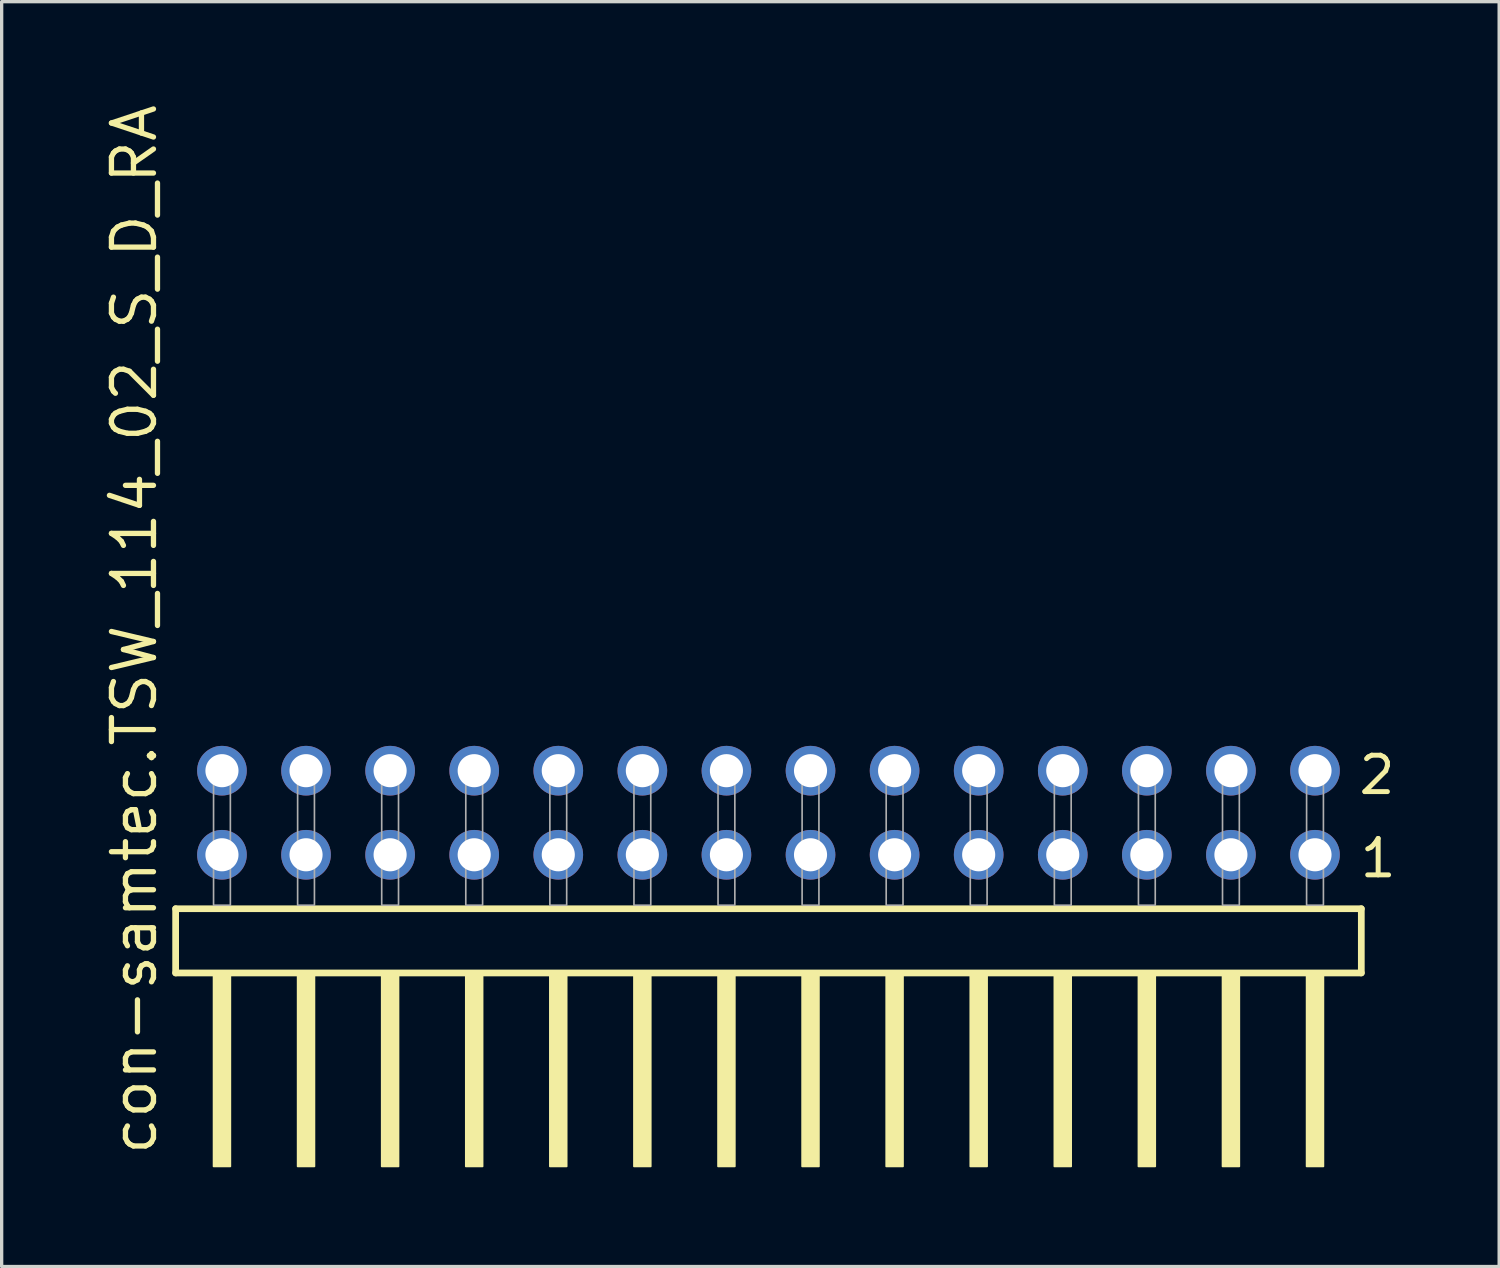
<source format=kicad_pcb>
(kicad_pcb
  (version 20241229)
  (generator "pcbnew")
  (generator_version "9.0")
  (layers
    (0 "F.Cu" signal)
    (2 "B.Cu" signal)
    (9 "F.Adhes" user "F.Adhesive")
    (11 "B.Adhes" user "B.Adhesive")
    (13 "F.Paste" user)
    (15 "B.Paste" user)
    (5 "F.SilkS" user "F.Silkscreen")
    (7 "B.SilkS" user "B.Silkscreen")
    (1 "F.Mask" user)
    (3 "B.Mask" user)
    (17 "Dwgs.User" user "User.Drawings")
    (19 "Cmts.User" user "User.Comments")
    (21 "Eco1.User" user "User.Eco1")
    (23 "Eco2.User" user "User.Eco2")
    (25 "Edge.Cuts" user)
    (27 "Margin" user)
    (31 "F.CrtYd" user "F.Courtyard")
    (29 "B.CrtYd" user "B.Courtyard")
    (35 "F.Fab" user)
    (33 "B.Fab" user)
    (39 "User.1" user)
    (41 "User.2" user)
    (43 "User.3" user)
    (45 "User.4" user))
  (footprint "con-samtec.TSW_114_02_S_D_RA"
    (layer "F.Cu")
    (at 20.165 24.296)
    (property "Reference" "con-samtec.TSW_114_02_S_D_RA" (at -18.415 7.62 90) (layer "F.SilkS") (effects (font (size 1.27 1.27) (thickness 0.16)) (justify left bottom)))
    (attr through_hole)
    (fp_line (start -17.909 0.106) (end -17.909 2.046) (stroke (width 0.203) (type default)) (layer "F.SilkS"))
    (fp_line (start -17.909 2.046) (end 17.909 2.046) (stroke (width 0.203) (type default)) (layer "F.SilkS"))
    (fp_line (start 17.909 0.106) (end -17.909 0.106) (stroke (width 0.203) (type default)) (layer "F.SilkS"))
    (fp_line (start 17.909 2.046) (end 17.909 0.106) (stroke (width 0.203) (type default)) (layer "F.SilkS"))
    (fp_rect (start -16.764 7.89) (end -16.256 2.04) (stroke (width 0.05) (type default)) (fill yes) (layer "F.SilkS"))
    (fp_rect (start -14.224 7.89) (end -13.716 2.04) (stroke (width 0.05) (type default)) (fill yes) (layer "F.SilkS"))
    (fp_rect (start -11.684 7.89) (end -11.176 2.04) (stroke (width 0.05) (type default)) (fill yes) (layer "F.SilkS"))
    (fp_rect (start -9.144 7.89) (end -8.636 2.04) (stroke (width 0.05) (type default)) (fill yes) (layer "F.SilkS"))
    (fp_rect (start -6.604 7.89) (end -6.096 2.04) (stroke (width 0.05) (type default)) (fill yes) (layer "F.SilkS"))
    (fp_rect (start -4.064 7.89) (end -3.556 2.04) (stroke (width 0.05) (type default)) (fill yes) (layer "F.SilkS"))
    (fp_rect (start -1.524 7.89) (end -1.016 2.04) (stroke (width 0.05) (type default)) (fill yes) (layer "F.SilkS"))
    (fp_rect (start 1.016 7.89) (end 1.524 2.04) (stroke (width 0.05) (type default)) (fill yes) (layer "F.SilkS"))
    (fp_rect (start 3.556 7.89) (end 4.064 2.04) (stroke (width 0.05) (type default)) (fill yes) (layer "F.SilkS"))
    (fp_rect (start 6.096 7.89) (end 6.604 2.04) (stroke (width 0.05) (type default)) (fill yes) (layer "F.SilkS"))
    (fp_rect (start 8.636 7.89) (end 9.144 2.04) (stroke (width 0.05) (type default)) (fill yes) (layer "F.SilkS"))
    (fp_rect (start 11.176 7.89) (end 11.684 2.04) (stroke (width 0.05) (type default)) (fill yes) (layer "F.SilkS"))
    (fp_rect (start 13.716 7.89) (end 14.224 2.04) (stroke (width 0.05) (type default)) (fill yes) (layer "F.SilkS"))
    (fp_rect (start 16.256 7.89) (end 16.764 2.04) (stroke (width 0.05) (type default)) (fill yes) (layer "F.SilkS"))
    (fp_rect (start -16.764 0) (end -16.256 -4.318) (stroke (width 0.05) (type default)) (fill no) (layer "F.Fab"))
    (fp_rect (start -14.224 0) (end -13.716 -4.318) (stroke (width 0.05) (type default)) (fill no) (layer "F.Fab"))
    (fp_rect (start -11.684 0) (end -11.176 -4.318) (stroke (width 0.05) (type default)) (fill no) (layer "F.Fab"))
    (fp_rect (start -9.144 0) (end -8.636 -4.318) (stroke (width 0.05) (type default)) (fill no) (layer "F.Fab"))
    (fp_rect (start -6.604 0) (end -6.096 -4.318) (stroke (width 0.05) (type default)) (fill no) (layer "F.Fab"))
    (fp_rect (start -4.064 0) (end -3.556 -4.318) (stroke (width 0.05) (type default)) (fill no) (layer "F.Fab"))
    (fp_rect (start -1.524 0) (end -1.016 -4.318) (stroke (width 0.05) (type default)) (fill no) (layer "F.Fab"))
    (fp_rect (start 1.016 0) (end 1.524 -4.318) (stroke (width 0.05) (type default)) (fill no) (layer "F.Fab"))
    (fp_rect (start 3.556 0) (end 4.064 -4.318) (stroke (width 0.05) (type default)) (fill no) (layer "F.Fab"))
    (fp_rect (start 6.096 0) (end 6.604 -4.318) (stroke (width 0.05) (type default)) (fill no) (layer "F.Fab"))
    (fp_rect (start 8.636 0) (end 9.144 -4.318) (stroke (width 0.05) (type default)) (fill no) (layer "F.Fab"))
    (fp_rect (start 11.176 0) (end 11.684 -4.318) (stroke (width 0.05) (type default)) (fill no) (layer "F.Fab"))
    (fp_rect (start 13.716 0) (end 14.224 -4.318) (stroke (width 0.05) (type default)) (fill no) (layer "F.Fab"))
    (fp_rect (start 16.256 0) (end 16.764 -4.318) (stroke (width 0.05) (type default)) (fill no) (layer "F.Fab"))
    (fp_text user "1" (at 17.795 -0.775 0) (layer "F.SilkS") (effects (font (size 1.1 1.1) (thickness 0.15)) (justify left bottom)))
    (fp_text user "2" (at 17.76 -3.29 0) (layer "F.SilkS") (effects (font (size 1.1 1.1) (thickness 0.15)) (justify left bottom)))
    (pad "1" thru_hole circle (at 16.51 -1.524 180) (size 1.5 1.5) (drill 1) (layers "*.Cu" "*.Mask"))
    (pad "2" thru_hole circle (at 16.51 -4.064 180) (size 1.5 1.5) (drill 1) (layers "*.Cu" "*.Mask"))
    (pad "3" thru_hole circle (at 13.97 -1.524 180) (size 1.5 1.5) (drill 1) (layers "*.Cu" "*.Mask"))
    (pad "4" thru_hole circle (at 13.97 -4.064 180) (size 1.5 1.5) (drill 1) (layers "*.Cu" "*.Mask"))
    (pad "5" thru_hole circle (at 11.43 -1.524 180) (size 1.5 1.5) (drill 1) (layers "*.Cu" "*.Mask"))
    (pad "6" thru_hole circle (at 11.43 -4.064 180) (size 1.5 1.5) (drill 1) (layers "*.Cu" "*.Mask"))
    (pad "7" thru_hole circle (at 8.89 -1.524 180) (size 1.5 1.5) (drill 1) (layers "*.Cu" "*.Mask"))
    (pad "8" thru_hole circle (at 8.89 -4.064 180) (size 1.5 1.5) (drill 1) (layers "*.Cu" "*.Mask"))
    (pad "9" thru_hole circle (at 6.35 -1.524 180) (size 1.5 1.5) (drill 1) (layers "*.Cu" "*.Mask"))
    (pad "10" thru_hole circle (at 6.35 -4.064 180) (size 1.5 1.5) (drill 1) (layers "*.Cu" "*.Mask"))
    (pad "11" thru_hole circle (at 3.81 -1.524 180) (size 1.5 1.5) (drill 1) (layers "*.Cu" "*.Mask"))
    (pad "12" thru_hole circle (at 3.81 -4.064 180) (size 1.5 1.5) (drill 1) (layers "*.Cu" "*.Mask"))
    (pad "13" thru_hole circle (at 1.27 -1.524 180) (size 1.5 1.5) (drill 1) (layers "*.Cu" "*.Mask"))
    (pad "14" thru_hole circle (at 1.27 -4.064 180) (size 1.5 1.5) (drill 1) (layers "*.Cu" "*.Mask"))
    (pad "15" thru_hole circle (at -1.27 -1.524 180) (size 1.5 1.5) (drill 1) (layers "*.Cu" "*.Mask"))
    (pad "16" thru_hole circle (at -1.27 -4.064 180) (size 1.5 1.5) (drill 1) (layers "*.Cu" "*.Mask"))
    (pad "17" thru_hole circle (at -3.81 -1.524 180) (size 1.5 1.5) (drill 1) (layers "*.Cu" "*.Mask"))
    (pad "18" thru_hole circle (at -3.81 -4.064 180) (size 1.5 1.5) (drill 1) (layers "*.Cu" "*.Mask"))
    (pad "19" thru_hole circle (at -6.35 -1.524 180) (size 1.5 1.5) (drill 1) (layers "*.Cu" "*.Mask"))
    (pad "20" thru_hole circle (at -6.35 -4.064 180) (size 1.5 1.5) (drill 1) (layers "*.Cu" "*.Mask"))
    (pad "21" thru_hole circle (at -8.89 -1.524 180) (size 1.5 1.5) (drill 1) (layers "*.Cu" "*.Mask"))
    (pad "22" thru_hole circle (at -8.89 -4.064 180) (size 1.5 1.5) (drill 1) (layers "*.Cu" "*.Mask"))
    (pad "23" thru_hole circle (at -11.43 -1.524 180) (size 1.5 1.5) (drill 1) (layers "*.Cu" "*.Mask"))
    (pad "24" thru_hole circle (at -11.43 -4.064 180) (size 1.5 1.5) (drill 1) (layers "*.Cu" "*.Mask"))
    (pad "25" thru_hole circle (at -13.97 -1.524 180) (size 1.5 1.5) (drill 1) (layers "*.Cu" "*.Mask"))
    (pad "26" thru_hole circle (at -13.97 -4.064 180) (size 1.5 1.5) (drill 1) (layers "*.Cu" "*.Mask"))
    (pad "27" thru_hole circle (at -16.51 -1.524 180) (size 1.5 1.5) (drill 1) (layers "*.Cu" "*.Mask"))
    (pad "28" thru_hole circle (at -16.51 -4.064 180) (size 1.5 1.5) (drill 1) (layers "*.Cu" "*.Mask")))
  (gr_rect
    (start -3 -3)
    (end 42.238 35.211)
    (stroke (width 0.1) (type default))
    (fill no)
    (layer "Edge.Cuts")))
</source>
